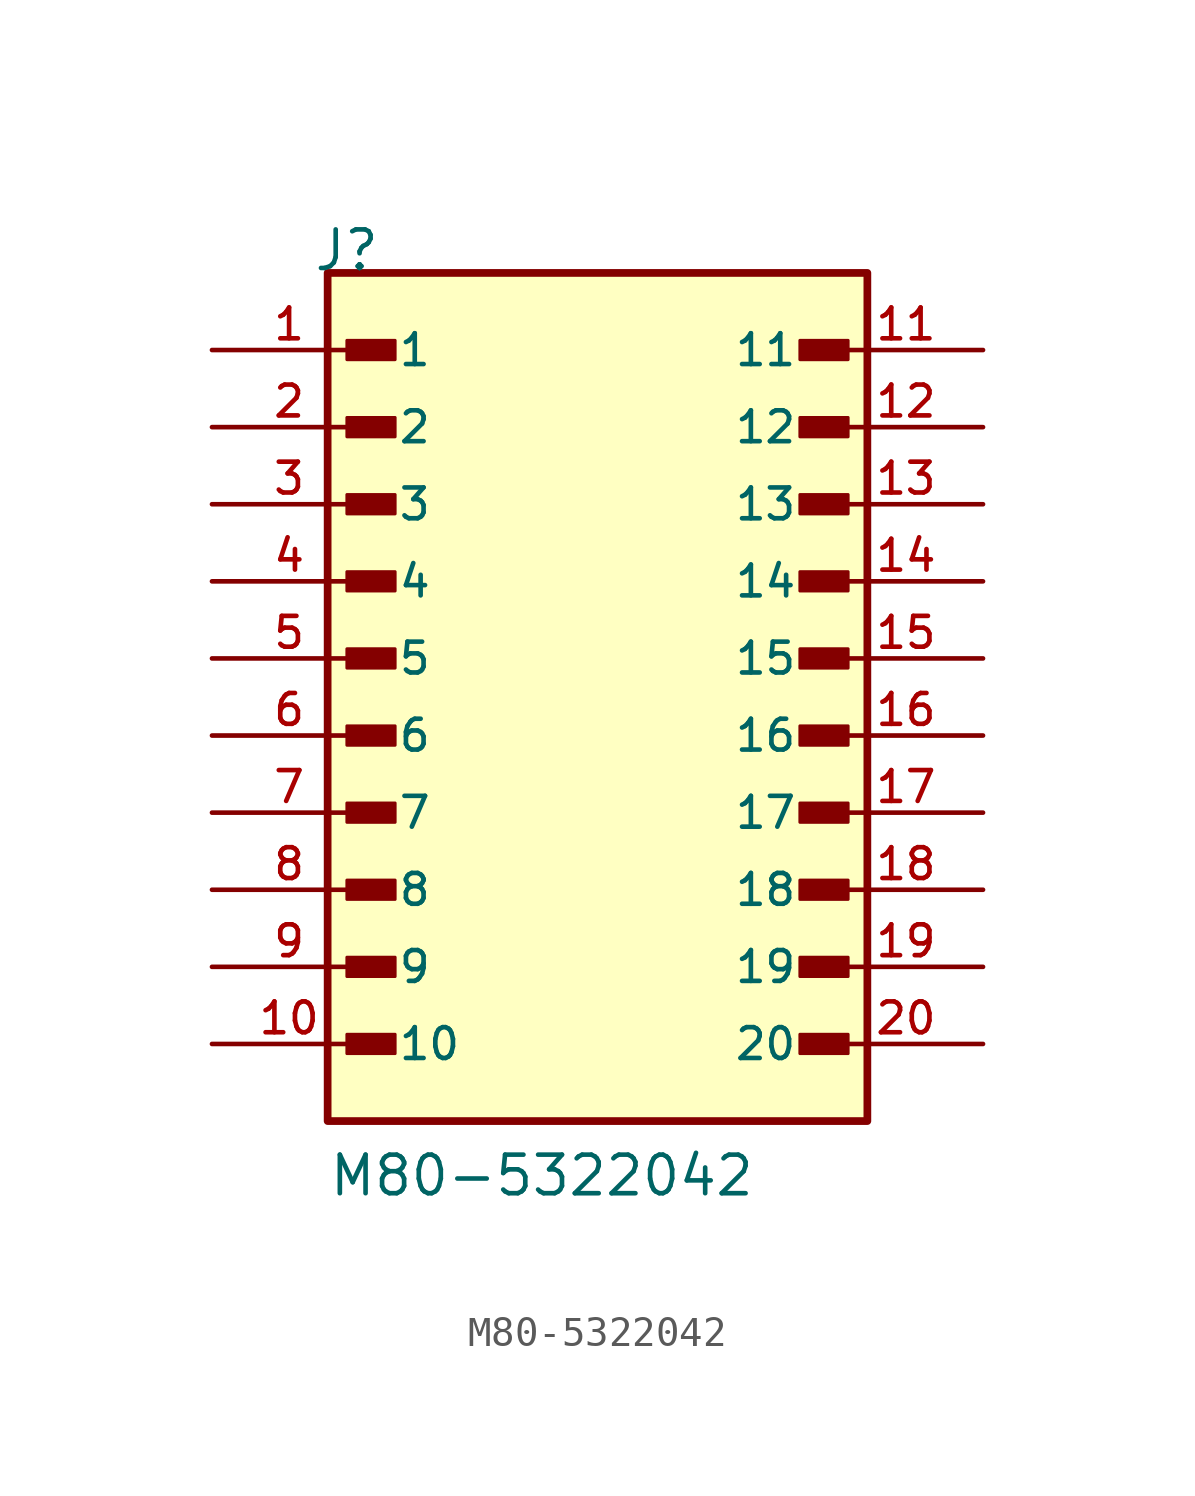
<source format=kicad_sym>
(kicad_symbol_lib
  (version 20211014)
  (generator kicad_symbol_editor)
  (symbol "M80-5322042"
    (pin_names
      (offset 1.016))
    (property "Reference" "J"
      (at -9.39 15.24 0)
      (effects (font (size 1.27 1.27)) (justify bottom left)))
    (property "Value" "M80-5322042"
      (at -8.89 -15.24 0)
      (effects (font (size 1.27 1.27)) (justify bottom left)))
    (symbol "M80-5322042_0_0"
      (rectangle (start -8.255 12.383) (end -6.668 13.018) (stroke (width 0.1)) (fill (type outline)))
      (rectangle (start -8.255 9.842) (end -6.668 10.477) (stroke (width 0.1)) (fill (type outline)))
      (rectangle (start -8.255 7.303) (end -6.668 7.938) (stroke (width 0.1)) (fill (type outline)))
      (rectangle (start -8.255 4.763) (end -6.668 5.397) (stroke (width 0.1)) (fill (type outline)))
      (rectangle (start -8.255 2.223) (end -6.668 2.857) (stroke (width 0.1)) (fill (type outline)))
      (rectangle (start -8.255 -0.318) (end -6.668 0.318) (stroke (width 0.1)) (fill (type outline)))
      (rectangle (start -8.255 -2.857) (end -6.668 -2.223) (stroke (width 0.1)) (fill (type outline)))
      (rectangle (start -8.255 -5.397) (end -6.668 -4.763) (stroke (width 0.1)) (fill (type outline)))
      (rectangle (start -8.255 -7.938) (end -6.668 -7.303) (stroke (width 0.1)) (fill (type outline)))
      (rectangle (start -8.255 -10.477) (end -6.668 -9.842) (stroke (width 0.1)) (fill (type outline)))
      (rectangle (start 8.255 12.383) (end 6.668 13.018) (stroke (width 0.1)) (fill (type outline)))
      (rectangle (start 8.255 9.842) (end 6.668 10.477) (stroke (width 0.1)) (fill (type outline)))
      (rectangle (start 8.255 7.303) (end 6.668 7.938) (stroke (width 0.1)) (fill (type outline)))
      (rectangle (start 8.255 4.763) (end 6.668 5.397) (stroke (width 0.1)) (fill (type outline)))
      (rectangle (start 8.255 2.223) (end 6.668 2.857) (stroke (width 0.1)) (fill (type outline)))
      (rectangle (start 8.255 -0.318) (end 6.668 0.318) (stroke (width 0.1)) (fill (type outline)))
      (rectangle (start 8.255 -2.857) (end 6.668 -2.223) (stroke (width 0.1)) (fill (type outline)))
      (rectangle (start 8.255 -5.397) (end 6.668 -4.763) (stroke (width 0.1)) (fill (type outline)))
      (rectangle (start 8.255 -7.938) (end 6.668 -7.303) (stroke (width 0.1)) (fill (type outline)))
      (rectangle (start 8.255 -10.477) (end 6.668 -9.842) (stroke (width 0.1)) (fill (type outline)))
      (rectangle (start -8.89 -12.7) (end 8.89 15.24) (stroke (width 0.254)) (fill (type background)))
      (pin passive line (at -12.7 12.7 0) (length 5.08) (name "1" (effects (font (size 1.016 1.016)))) (number "1" (effects (font (size 1.016 1.016)))))
      (pin passive line (at -12.7 10.16 0) (length 5.08) (name "2" (effects (font (size 1.016 1.016)))) (number "2" (effects (font (size 1.016 1.016)))))
      (pin passive line (at -12.7 7.62 0) (length 5.08) (name "3" (effects (font (size 1.016 1.016)))) (number "3" (effects (font (size 1.016 1.016)))))
      (pin passive line (at -12.7 5.08 0) (length 5.08) (name "4" (effects (font (size 1.016 1.016)))) (number "4" (effects (font (size 1.016 1.016)))))
      (pin passive line (at -12.7 2.54 0) (length 5.08) (name "5" (effects (font (size 1.016 1.016)))) (number "5" (effects (font (size 1.016 1.016)))))
      (pin passive line (at -12.7 0.0 0) (length 5.08) (name "6" (effects (font (size 1.016 1.016)))) (number "6" (effects (font (size 1.016 1.016)))))
      (pin passive line (at -12.7 -2.54 0) (length 5.08) (name "7" (effects (font (size 1.016 1.016)))) (number "7" (effects (font (size 1.016 1.016)))))
      (pin passive line (at -12.7 -5.08 0) (length 5.08) (name "8" (effects (font (size 1.016 1.016)))) (number "8" (effects (font (size 1.016 1.016)))))
      (pin passive line (at -12.7 -7.62 0) (length 5.08) (name "9" (effects (font (size 1.016 1.016)))) (number "9" (effects (font (size 1.016 1.016)))))
      (pin passive line (at -12.7 -10.16 0) (length 5.08) (name "10" (effects (font (size 1.016 1.016)))) (number "10" (effects (font (size 1.016 1.016)))))
      (pin passive line (at 12.7 12.7 180.0) (length 5.08) (name "11" (effects (font (size 1.016 1.016)))) (number "11" (effects (font (size 1.016 1.016)))))
      (pin passive line (at 12.7 10.16 180.0) (length 5.08) (name "12" (effects (font (size 1.016 1.016)))) (number "12" (effects (font (size 1.016 1.016)))))
      (pin passive line (at 12.7 7.62 180.0) (length 5.08) (name "13" (effects (font (size 1.016 1.016)))) (number "13" (effects (font (size 1.016 1.016)))))
      (pin passive line (at 12.7 5.08 180.0) (length 5.08) (name "14" (effects (font (size 1.016 1.016)))) (number "14" (effects (font (size 1.016 1.016)))))
      (pin passive line (at 12.7 2.54 180.0) (length 5.08) (name "15" (effects (font (size 1.016 1.016)))) (number "15" (effects (font (size 1.016 1.016)))))
      (pin passive line (at 12.7 0.0 180.0) (length 5.08) (name "16" (effects (font (size 1.016 1.016)))) (number "16" (effects (font (size 1.016 1.016)))))
      (pin passive line (at 12.7 -2.54 180.0) (length 5.08) (name "17" (effects (font (size 1.016 1.016)))) (number "17" (effects (font (size 1.016 1.016)))))
      (pin passive line (at 12.7 -5.08 180.0) (length 5.08) (name "18" (effects (font (size 1.016 1.016)))) (number "18" (effects (font (size 1.016 1.016)))))
      (pin passive line (at 12.7 -7.62 180.0) (length 5.08) (name "19" (effects (font (size 1.016 1.016)))) (number "19" (effects (font (size 1.016 1.016)))))
      (pin passive line (at 12.7 -10.16 180.0) (length 5.08) (name "20" (effects (font (size 1.016 1.016)))) (number "20" (effects (font (size 1.016 1.016))))))))
</source>
